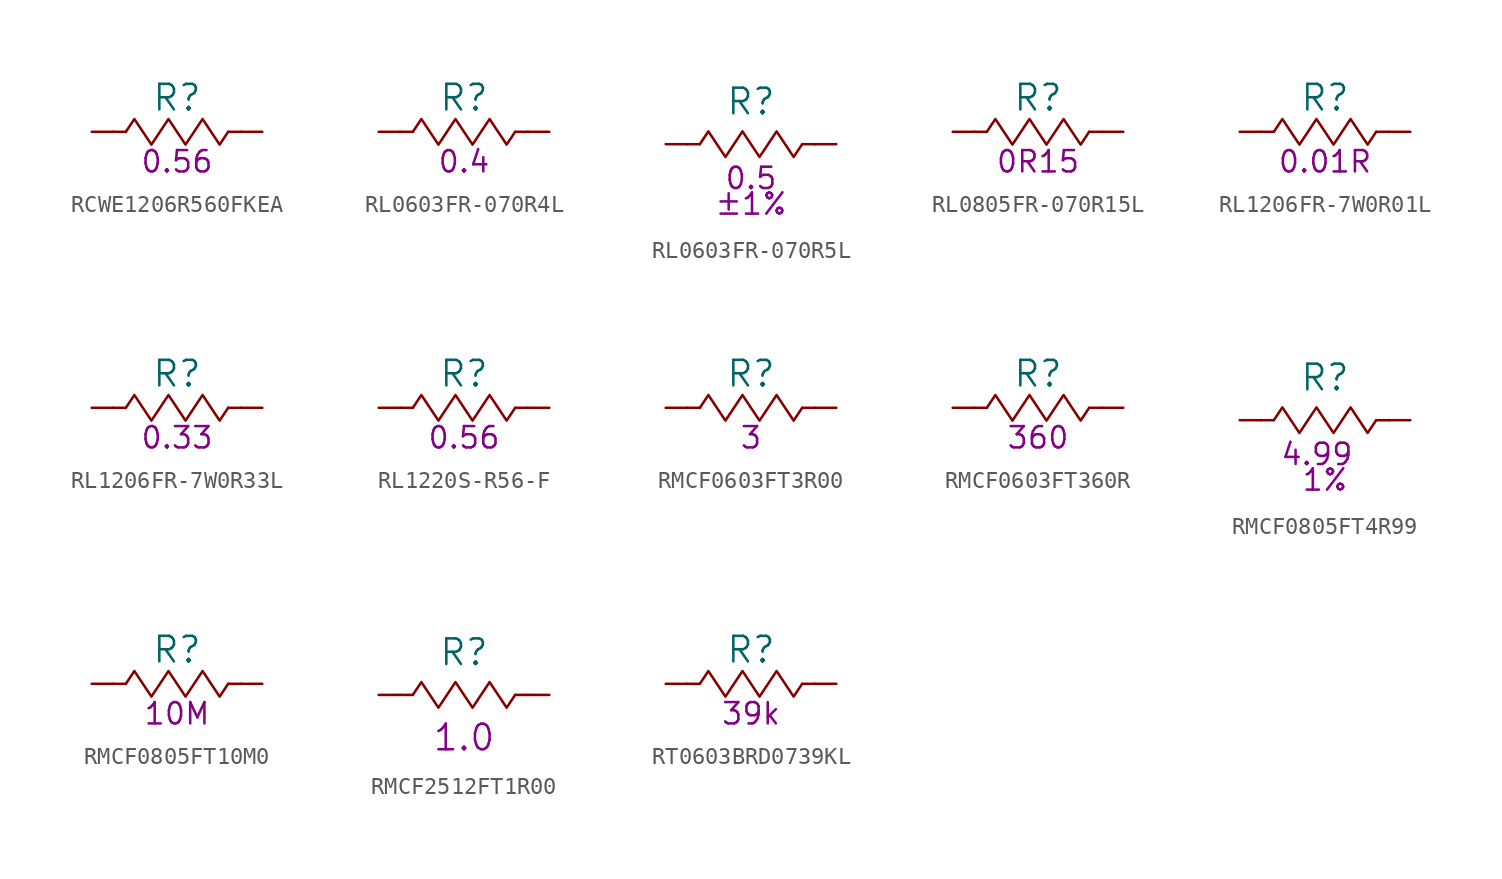
<source format=kicad_sym>
(kicad_symbol_lib
  (version 20231120)
  (generator "kicad_symbol_editor")
  (generator_version "8.0")
  (symbol "RCWE1206R560FKEA"
    (pin_numbers hide)
    (pin_names
      (offset 0) hide)
    (property "Reference" "R"
      (at 0 2.032 0)
      (effects (font (size 1.524 1.524))))
    (property "Resistance (Ohms)" "0.56"
      (at 0 -1.778 0)
      (effects (font (size 1.27 1.27))))
    (symbol "RCWE1206R560FKEA_0_1"
      (rectangle (start -3.048 0) (end -3.81 0) (stroke (width 0) (type default)) (fill (type none)))
      (polyline (pts (xy -3.048 0) (xy -2.54 0.762) (xy -2.032 0) (xy -1.524 -0.762) (xy -1.016 0) (xy -0.508 0.762) (xy 0 0) (xy 0.508 -0.762) (xy 1.016 0) (xy 1.524 0.762) (xy 2.032 0) (xy 2.54 -0.762) (xy 3.048 0)) (stroke (width 0) (type default)) (fill (type none)))
      (rectangle (start 3.81 0) (end 3.048 0) (stroke (width 0) (type default)) (fill (type none))))
    (symbol "RCWE1206R560FKEA_1_1"
      (pin passive line (at -5.08 0 0) (length 1.27) (name "1" (effects (font (size 1.27 1.27)))) (number "1" (effects (font (size 1.27 1.27)))))
      (pin passive line (at 5.08 0 180) (length 1.27) (name "2" (effects (font (size 1.27 1.27)))) (number "2" (effects (font (size 1.27 1.27)))))))
  (symbol "RL0603FR-070R4L"
    (pin_numbers hide)
    (pin_names
      (offset 0) hide)
    (property "Reference" "R"
      (at 0 2.032 0)
      (effects (font (size 1.524 1.524))))
    (property "Resistance (Ohms)" "0.4"
      (at 0 -1.778 0)
      (effects (font (size 1.27 1.27))))
    (symbol "RL0603FR-070R4L_0_1"
      (rectangle (start -3.048 0) (end -3.81 0) (stroke (width 0) (type default)) (fill (type none)))
      (polyline (pts (xy -3.048 0) (xy -2.54 0.762) (xy -2.032 0) (xy -1.524 -0.762) (xy -1.016 0) (xy -0.508 0.762) (xy 0 0) (xy 0.508 -0.762) (xy 1.016 0) (xy 1.524 0.762) (xy 2.032 0) (xy 2.54 -0.762) (xy 3.048 0)) (stroke (width 0) (type default)) (fill (type none)))
      (rectangle (start 3.81 0) (end 3.048 0) (stroke (width 0) (type default)) (fill (type none))))
    (symbol "RL0603FR-070R4L_1_1"
      (pin passive line (at -5.08 0 0) (length 1.27) (name "1" (effects (font (size 1.27 1.27)))) (number "1" (effects (font (size 1.27 1.27)))))
      (pin passive line (at 5.08 0 180) (length 1.27) (name "2" (effects (font (size 1.27 1.27)))) (number "2" (effects (font (size 1.27 1.27)))))))
  (symbol "RL0603FR-070R5L"
    (pin_numbers hide)
    (pin_names
      (offset 0) hide)
    (property "Reference" "R"
      (at 0 2.54 0)
      (effects (font (size 1.524 1.524))))
    (property "Resistance (Ohms)" "0.5"
      (at 0 -2.032 0)
      (effects (font (size 1.27 1.27))))
    (property "Tolerance (%)" "±1%"
      (at 0 -3.556 0)
      (effects (font (size 1.27 1.27))))
    (symbol "RL0603FR-070R5L_0_1"
      (rectangle (start -3.81 0) (end -3.048 0) (stroke (width 0) (type default)) (fill (type none)))
      (rectangle (start 3.81 0) (end 3.048 0) (stroke (width 0) (type default)) (fill (type none))))
    (symbol "RL0603FR-070R5L_1_1"
      (polyline (pts (xy -3.048 0) (xy -2.54 0.762) (xy -2.032 0) (xy -1.524 -0.762) (xy -1.016 0) (xy -0.508 0.762) (xy 0 0) (xy 0.508 -0.762) (xy 1.016 0) (xy 1.524 0.762) (xy 2.032 0) (xy 2.54 -0.762) (xy 3.048 0)) (stroke (width 0) (type default)) (fill (type none)))
      (pin passive line (at -5.08 0 0) (length 1.27) (name "1" (effects (font (size 1.27 1.27)))) (number "1" (effects (font (size 1.27 1.27)))))
      (pin passive line (at 5.08 0 180) (length 1.27) (name "2" (effects (font (size 1.27 1.27)))) (number "2" (effects (font (size 1.27 1.27)))))))
  (symbol "RL0805FR-070R15L"
    (pin_numbers hide)
    (pin_names
      (offset 0) hide)
    (property "Reference" "R"
      (at 0 2.032 0)
      (effects (font (size 1.524 1.524))))
    (property "Resistance (Ohms)" "0R15"
      (at 0 -1.778 0)
      (effects (font (size 1.27 1.27))))
    (symbol "RL0805FR-070R15L_0_1"
      (rectangle (start -3.048 0) (end -3.81 0) (stroke (width 0) (type default)) (fill (type none)))
      (polyline (pts (xy -3.048 0) (xy -2.54 0.762) (xy -2.032 0) (xy -1.524 -0.762) (xy -1.016 0) (xy -0.508 0.762) (xy 0 0) (xy 0.508 -0.762) (xy 1.016 0) (xy 1.524 0.762) (xy 2.032 0) (xy 2.54 -0.762) (xy 3.048 0)) (stroke (width 0) (type default)) (fill (type none)))
      (rectangle (start 3.81 0) (end 3.048 0) (stroke (width 0) (type default)) (fill (type none))))
    (symbol "RL0805FR-070R15L_1_1"
      (pin passive line (at -5.08 0 0) (length 1.27) (name "1" (effects (font (size 1.27 1.27)))) (number "1" (effects (font (size 1.27 1.27)))))
      (pin passive line (at 5.08 0 180) (length 1.27) (name "2" (effects (font (size 1.27 1.27)))) (number "2" (effects (font (size 1.27 1.27)))))))
  (symbol "RL1206FR-7W0R01L"
    (pin_numbers hide)
    (pin_names
      (offset 0) hide)
    (property "Reference" "R"
      (at 0 2.032 0)
      (effects (font (size 1.524 1.524))))
    (property "Resistance (Ohms)" "0.01R"
      (at 0 -1.778 0)
      (effects (font (size 1.27 1.27))))
    (symbol "RL1206FR-7W0R01L_0_1"
      (rectangle (start -3.048 0) (end -3.81 0) (stroke (width 0) (type default)) (fill (type none)))
      (polyline (pts (xy -3.048 0) (xy -2.54 0.762) (xy -2.032 0) (xy -1.524 -0.762) (xy -1.016 0) (xy -0.508 0.762) (xy 0 0) (xy 0.508 -0.762) (xy 1.016 0) (xy 1.524 0.762) (xy 2.032 0) (xy 2.54 -0.762) (xy 3.048 0)) (stroke (width 0) (type default)) (fill (type none)))
      (rectangle (start 3.81 0) (end 3.048 0) (stroke (width 0) (type default)) (fill (type none))))
    (symbol "RL1206FR-7W0R01L_1_1"
      (pin passive line (at -5.08 0 0) (length 1.27) (name "1" (effects (font (size 1.27 1.27)))) (number "1" (effects (font (size 1.27 1.27)))))
      (pin passive line (at 5.08 0 180) (length 1.27) (name "2" (effects (font (size 1.27 1.27)))) (number "2" (effects (font (size 1.27 1.27)))))))
  (symbol "RL1206FR-7W0R33L"
    (pin_numbers hide)
    (pin_names
      (offset 0) hide)
    (property "Reference" "R"
      (at 0 2.032 0)
      (effects (font (size 1.524 1.524))))
    (property "Resistance (Ohms)" "0.33"
      (at 0 -1.778 0)
      (effects (font (size 1.27 1.27))))
    (symbol "RL1206FR-7W0R33L_0_1"
      (rectangle (start -3.048 0) (end -3.81 0) (stroke (width 0) (type default)) (fill (type none)))
      (polyline (pts (xy -3.048 0) (xy -2.54 0.762) (xy -2.032 0) (xy -1.524 -0.762) (xy -1.016 0) (xy -0.508 0.762) (xy 0 0) (xy 0.508 -0.762) (xy 1.016 0) (xy 1.524 0.762) (xy 2.032 0) (xy 2.54 -0.762) (xy 3.048 0)) (stroke (width 0) (type default)) (fill (type none)))
      (rectangle (start 3.81 0) (end 3.048 0) (stroke (width 0) (type default)) (fill (type none))))
    (symbol "RL1206FR-7W0R33L_1_1"
      (pin passive line (at -5.08 0 0) (length 1.27) (name "1" (effects (font (size 1.27 1.27)))) (number "1" (effects (font (size 1.27 1.27)))))
      (pin passive line (at 5.08 0 180) (length 1.27) (name "2" (effects (font (size 1.27 1.27)))) (number "2" (effects (font (size 1.27 1.27)))))))
  (symbol "RL1220S-R56-F"
    (pin_numbers hide)
    (pin_names
      (offset 0) hide)
    (property "Reference" "R"
      (at 0 2.032 0)
      (effects (font (size 1.524 1.524))))
    (property "Resistance (Ohms)" "0.56"
      (at 0 -1.778 0)
      (effects (font (size 1.27 1.27))))
    (symbol "RL1220S-R56-F_0_1"
      (rectangle (start -3.048 0) (end -3.81 0) (stroke (width 0) (type default)) (fill (type none)))
      (polyline (pts (xy -3.048 0) (xy -2.54 0.762) (xy -2.032 0) (xy -1.524 -0.762) (xy -1.016 0) (xy -0.508 0.762) (xy 0 0) (xy 0.508 -0.762) (xy 1.016 0) (xy 1.524 0.762) (xy 2.032 0) (xy 2.54 -0.762) (xy 3.048 0)) (stroke (width 0) (type default)) (fill (type none)))
      (rectangle (start 3.81 0) (end 3.048 0) (stroke (width 0) (type default)) (fill (type none))))
    (symbol "RL1220S-R56-F_1_1"
      (pin passive line (at -5.08 0 0) (length 1.27) (name "1" (effects (font (size 1.27 1.27)))) (number "1" (effects (font (size 1.27 1.27)))))
      (pin passive line (at 5.08 0 180) (length 1.27) (name "2" (effects (font (size 1.27 1.27)))) (number "2" (effects (font (size 1.27 1.27)))))))
  (symbol "RMCF0603FT3R00"
    (pin_numbers hide)
    (pin_names
      (offset 0) hide)
    (property "Reference" "R"
      (at 0 2.032 0)
      (effects (font (size 1.524 1.524))))
    (property "Resistance (Ohms)" "3"
      (at 0 -1.778 0)
      (effects (font (size 1.27 1.27))))
    (symbol "RMCF0603FT3R00_0_1"
      (rectangle (start -3.048 0) (end -3.81 0) (stroke (width 0) (type default)) (fill (type none)))
      (polyline (pts (xy -3.048 0) (xy -2.54 0.762) (xy -2.032 0) (xy -1.524 -0.762) (xy -1.016 0) (xy -0.508 0.762) (xy 0 0) (xy 0.508 -0.762) (xy 1.016 0) (xy 1.524 0.762) (xy 2.032 0) (xy 2.54 -0.762) (xy 3.048 0)) (stroke (width 0) (type default)) (fill (type none)))
      (rectangle (start 3.81 0) (end 3.048 0) (stroke (width 0) (type default)) (fill (type none))))
    (symbol "RMCF0603FT3R00_1_1"
      (pin passive line (at -5.08 0 0) (length 1.27) (name "1" (effects (font (size 1.27 1.27)))) (number "1" (effects (font (size 1.27 1.27)))))
      (pin passive line (at 5.08 0 180) (length 1.27) (name "2" (effects (font (size 1.27 1.27)))) (number "2" (effects (font (size 1.27 1.27)))))))
  (symbol "RMCF0603FT360R"
    (pin_numbers hide)
    (pin_names
      (offset 0) hide)
    (property "Reference" "R"
      (at 0 2.032 0)
      (effects (font (size 1.524 1.524))))
    (property "Resistance (Ohms)" "360"
      (at 0 -1.778 0)
      (effects (font (size 1.27 1.27))))
    (symbol "RMCF0603FT360R_0_1"
      (rectangle (start -3.048 0) (end -3.81 0) (stroke (width 0) (type default)) (fill (type none)))
      (polyline (pts (xy -3.048 0) (xy -2.54 0.762) (xy -2.032 0) (xy -1.524 -0.762) (xy -1.016 0) (xy -0.508 0.762) (xy 0 0) (xy 0.508 -0.762) (xy 1.016 0) (xy 1.524 0.762) (xy 2.032 0) (xy 2.54 -0.762) (xy 3.048 0)) (stroke (width 0) (type default)) (fill (type none)))
      (rectangle (start 3.81 0) (end 3.048 0) (stroke (width 0) (type default)) (fill (type none))))
    (symbol "RMCF0603FT360R_1_1"
      (pin passive line (at -5.08 0 0) (length 1.27) (name "1" (effects (font (size 1.27 1.27)))) (number "1" (effects (font (size 1.27 1.27)))))
      (pin passive line (at 5.08 0 180) (length 1.27) (name "2" (effects (font (size 1.27 1.27)))) (number "2" (effects (font (size 1.27 1.27)))))))
  (symbol "RMCF0805FT4R99"
    (pin_numbers hide)
    (pin_names
      (offset 0) hide)
    (property "Reference" "R"
      (at 0 2.54 0)
      (effects (font (size 1.524 1.524))))
    (property "Resistance (Ohms)" "4.99 "
      (at 0 -2.032 0)
      (effects (font (size 1.27 1.27))))
    (property "Tolerance (%)" "1%"
      (at 0 -3.556 0)
      (effects (font (size 1.27 1.27))))
    (symbol "RMCF0805FT4R99_0_1"
      (rectangle (start -3.81 0) (end -3.048 0) (stroke (width 0) (type default)) (fill (type none)))
      (rectangle (start 3.81 0) (end 3.048 0) (stroke (width 0) (type default)) (fill (type none))))
    (symbol "RMCF0805FT4R99_1_1"
      (polyline (pts (xy -3.048 0) (xy -2.54 0.762) (xy -2.032 0) (xy -1.524 -0.762) (xy -1.016 0) (xy -0.508 0.762) (xy 0 0) (xy 0.508 -0.762) (xy 1.016 0) (xy 1.524 0.762) (xy 2.032 0) (xy 2.54 -0.762) (xy 3.048 0)) (stroke (width 0) (type default)) (fill (type none)))
      (pin passive line (at -5.08 0 0) (length 1.27) (name "1" (effects (font (size 1.27 1.27)))) (number "1" (effects (font (size 1.27 1.27)))))
      (pin passive line (at 5.08 0 180) (length 1.27) (name "2" (effects (font (size 1.27 1.27)))) (number "2" (effects (font (size 1.27 1.27)))))))
  (symbol "RMCF0805FT10M0"
    (pin_numbers hide)
    (pin_names
      (offset 0) hide)
    (property "Reference" "R"
      (at 0 2.032 0)
      (effects (font (size 1.524 1.524))))
    (property "Resistance (Ohms)" "10M"
      (at 0 -1.778 0)
      (effects (font (size 1.27 1.27))))
    (symbol "RMCF0805FT10M0_0_1"
      (rectangle (start -3.048 0) (end -3.81 0) (stroke (width 0) (type default)) (fill (type none)))
      (polyline (pts (xy -3.048 0) (xy -2.54 0.762) (xy -2.032 0) (xy -1.524 -0.762) (xy -1.016 0) (xy -0.508 0.762) (xy 0 0) (xy 0.508 -0.762) (xy 1.016 0) (xy 1.524 0.762) (xy 2.032 0) (xy 2.54 -0.762) (xy 3.048 0)) (stroke (width 0) (type default)) (fill (type none)))
      (rectangle (start 3.81 0) (end 3.048 0) (stroke (width 0) (type default)) (fill (type none))))
    (symbol "RMCF0805FT10M0_1_1"
      (pin passive line (at -5.08 0 0) (length 1.27) (name "1" (effects (font (size 1.27 1.27)))) (number "1" (effects (font (size 1.27 1.27)))))
      (pin passive line (at 5.08 0 180) (length 1.27) (name "2" (effects (font (size 1.27 1.27)))) (number "2" (effects (font (size 1.27 1.27)))))))
  (symbol "RMCF2512FT1R00"
    (pin_numbers hide)
    (pin_names
      (offset 0) hide)
    (property "Reference" "R"
      (at 0 2.54 0)
      (effects (font (size 1.524 1.524))))
    (property "Resistance (Ohm)" "1.0"
      (at 0 -2.54 0)
      (effects (font (size 1.524 1.524))))
    (symbol "RMCF2512FT1R00_1_1"
      (rectangle (start -3.048 0) (end -3.81 0) (stroke (width 0) (type default)) (fill (type none)))
      (polyline (pts (xy -3.048 0) (xy -2.54 0.762) (xy -2.032 0) (xy -1.524 -0.762) (xy -1.016 0) (xy -0.508 0.762) (xy 0 0) (xy 0.508 -0.762) (xy 1.016 0) (xy 1.524 0.762) (xy 2.032 0) (xy 2.54 -0.762) (xy 3.048 0)) (stroke (width 0) (type default)) (fill (type none)))
      (rectangle (start 3.81 0) (end 3.048 0) (stroke (width 0) (type default)) (fill (type none)))
      (pin passive line (at -5.08 0 0) (length 1.27) (name "1" (effects (font (size 1.27 1.27)))) (number "1" (effects (font (size 1.27 1.27)))))
      (pin passive line (at 5.08 0 180) (length 1.27) (name "2" (effects (font (size 1.27 1.27)))) (number "2" (effects (font (size 1.27 1.27)))))))
  (symbol "RT0603BRD0739KL"
    (pin_numbers hide)
    (pin_names
      (offset 0) hide)
    (property "Reference" "R"
      (at 0 2.032 0)
      (effects (font (size 1.524 1.524))))
    (property "Resistance (Ohms)" "39k"
      (at 0 -1.778 0)
      (effects (font (size 1.27 1.27))))
    (symbol "RT0603BRD0739KL_0_1"
      (rectangle (start -3.048 0) (end -3.81 0) (stroke (width 0) (type default)) (fill (type none)))
      (polyline (pts (xy -3.048 0) (xy -2.54 0.762) (xy -2.032 0) (xy -1.524 -0.762) (xy -1.016 0) (xy -0.508 0.762) (xy 0 0) (xy 0.508 -0.762) (xy 1.016 0) (xy 1.524 0.762) (xy 2.032 0) (xy 2.54 -0.762) (xy 3.048 0)) (stroke (width 0) (type default)) (fill (type none)))
      (rectangle (start 3.81 0) (end 3.048 0) (stroke (width 0) (type default)) (fill (type none))))
    (symbol "RT0603BRD0739KL_1_1"
      (pin passive line (at -5.08 0 0) (length 1.27) (name "1" (effects (font (size 1.27 1.27)))) (number "1" (effects (font (size 1.27 1.27)))))
      (pin passive line (at 5.08 0 180) (length 1.27) (name "2" (effects (font (size 1.27 1.27)))) (number "2" (effects (font (size 1.27 1.27))))))))
</source>
